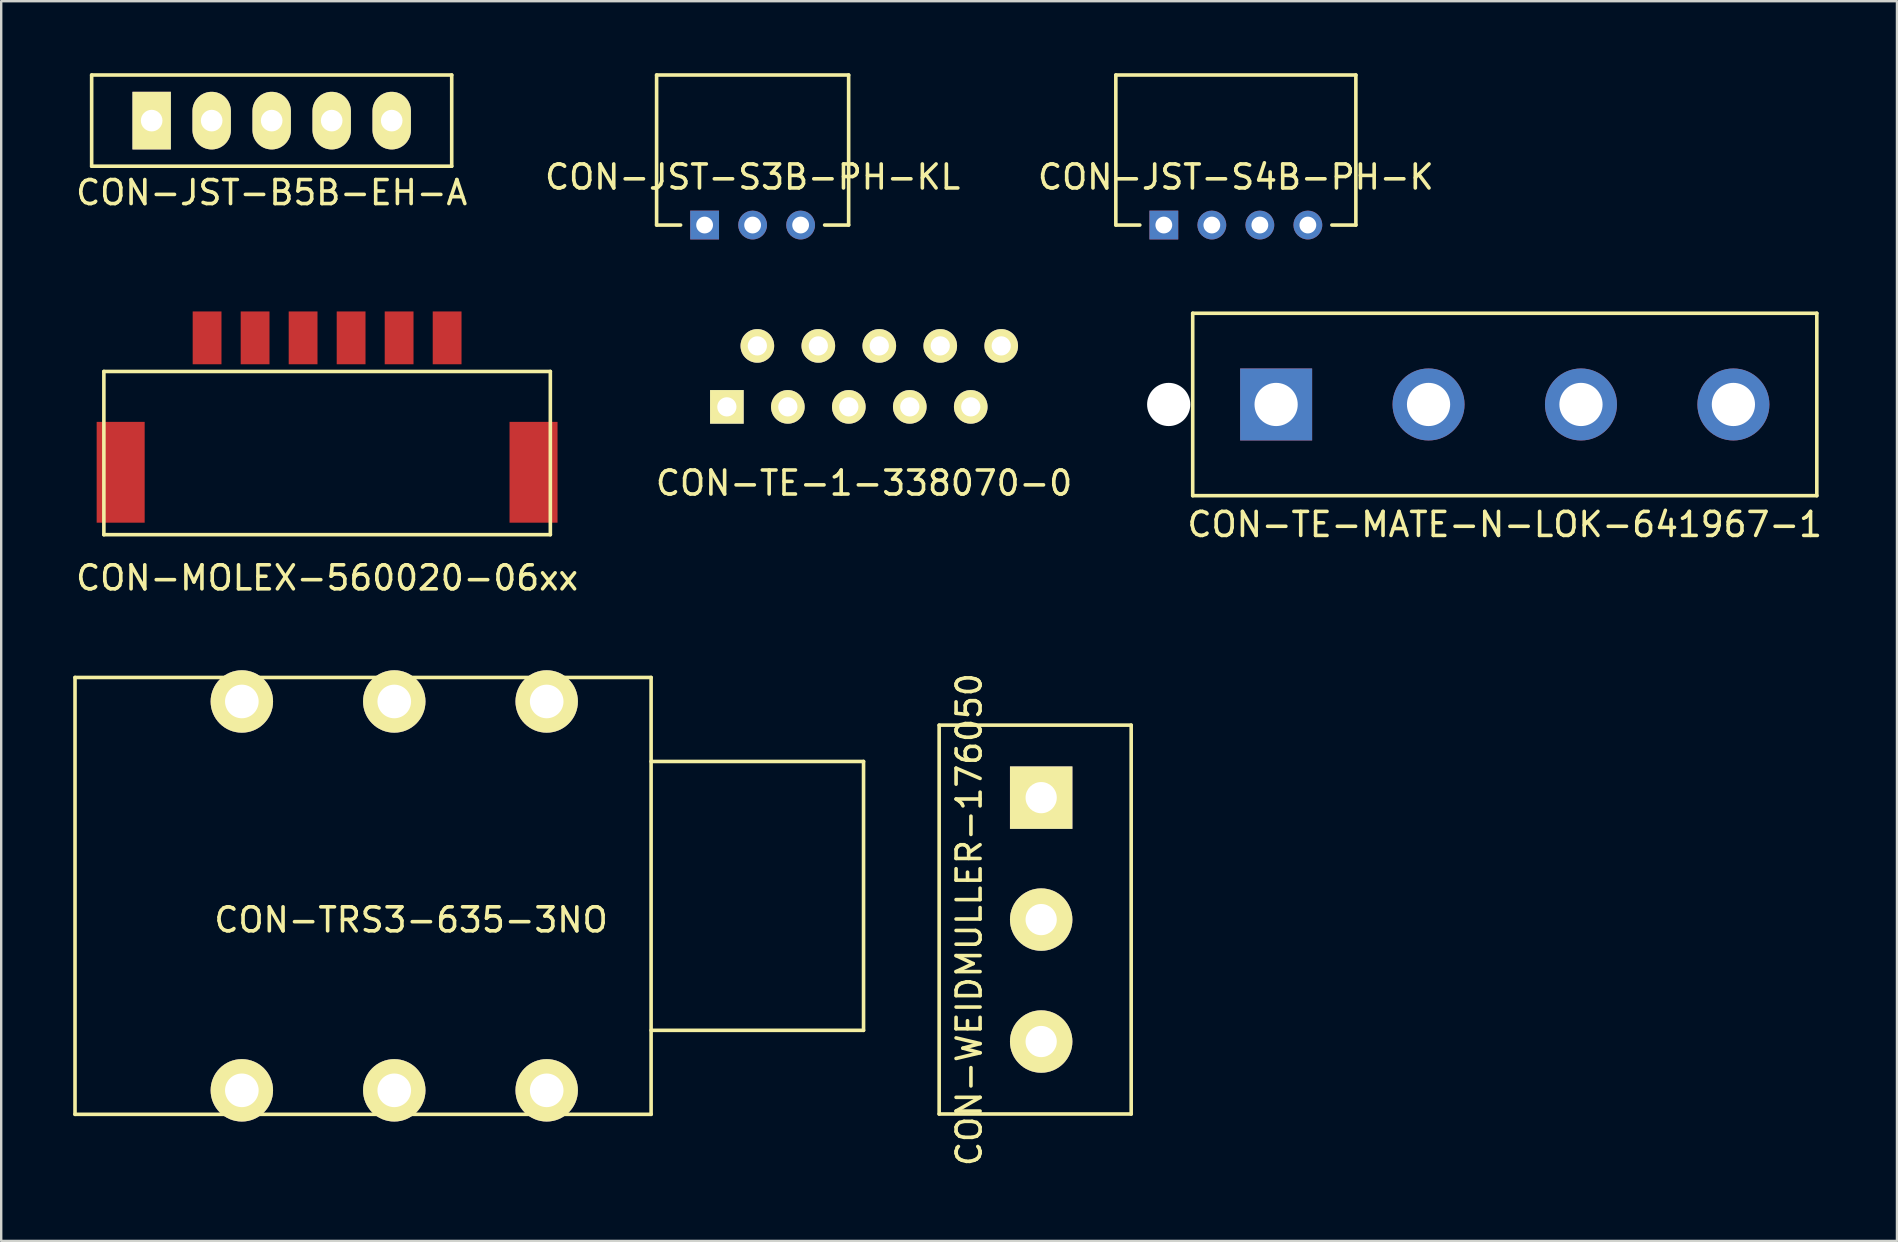
<source format=kicad_pcb>
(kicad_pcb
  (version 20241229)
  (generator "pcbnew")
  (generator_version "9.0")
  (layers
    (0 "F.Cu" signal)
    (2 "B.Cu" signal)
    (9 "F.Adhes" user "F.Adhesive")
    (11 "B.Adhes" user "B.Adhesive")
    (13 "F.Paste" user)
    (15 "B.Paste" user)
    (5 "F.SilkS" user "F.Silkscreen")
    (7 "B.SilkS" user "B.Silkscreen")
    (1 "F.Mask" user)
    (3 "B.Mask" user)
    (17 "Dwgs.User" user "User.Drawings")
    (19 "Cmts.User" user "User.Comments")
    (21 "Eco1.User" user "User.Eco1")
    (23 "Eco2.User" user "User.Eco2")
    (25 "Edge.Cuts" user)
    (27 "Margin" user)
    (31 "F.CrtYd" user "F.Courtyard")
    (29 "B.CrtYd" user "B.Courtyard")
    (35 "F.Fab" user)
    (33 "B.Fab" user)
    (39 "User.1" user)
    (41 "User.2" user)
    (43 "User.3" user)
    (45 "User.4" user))
  (footprint "CON-TE-MATE-N-LOK-641967-1"
    (layer "F.Cu")
    (at 59.638 13.8)
    (property "Reference" "CON-TE-MATE-N-LOK-641967-1" (at 0 5 0) (layer "F.SilkS") (effects (font (size 1 1) (thickness 0.15))))
    (attr through_hole)
    (fp_line (start -13 -3.8) (end 13 -3.8) (stroke (width 0.15) (type solid)) (layer "F.SilkS"))
    (fp_line (start -13 3.8) (end -13 -3.8) (stroke (width 0.15) (type solid)) (layer "F.SilkS"))
    (fp_line (start 13 -3.8) (end 13 3.8) (stroke (width 0.15) (type solid)) (layer "F.SilkS"))
    (fp_line (start 13 3.8) (end -13 3.8) (stroke (width 0.15) (type solid)) (layer "F.SilkS"))
    (pad "" np_thru_hole circle (at -14 0) (size 1.8 1.8) (drill 1.8) (layers "*.Cu" "*.Mask"))
    (pad "1" thru_hole rect (at -9.525 0) (size 3 3) (drill 1.8) (layers "*.Cu" "*.Mask"))
    (pad "2" thru_hole circle (at -3.175 0) (size 3 3) (drill 1.8) (layers "*.Cu" "*.Mask"))
    (pad "3" thru_hole circle (at 3.175 0) (size 3 3) (drill 1.8) (layers "*.Cu" "*.Mask"))
    (pad "4" thru_hole circle (at 9.525 0) (size 3 3) (drill 1.8) (layers "*.Cu" "*.Mask")))
  (footprint "CON-JST-S4B-PH-K"
    (layer "F.Cu")
    (at 48.435 6.325)
    (property "Reference" "CON-JST-S4B-PH-K" (at 0 -2 0) (layer "F.SilkS") (effects (font (size 1 1) (thickness 0.15))))
    (attr through_hole)
    (fp_line (start -5 -6.25) (end 5 -6.25) (stroke (width 0.15) (type solid)) (layer "F.SilkS"))
    (fp_line (start -5 0) (end -5 -6.25) (stroke (width 0.15) (type solid)) (layer "F.SilkS"))
    (fp_line (start -5 0) (end -4 0) (stroke (width 0.15) (type solid)) (layer "F.SilkS"))
    (fp_line (start 4 0) (end 5 0) (stroke (width 0.15) (type solid)) (layer "F.SilkS"))
    (fp_line (start 5 -6.25) (end 5 0) (stroke (width 0.15) (type solid)) (layer "F.SilkS"))
    (pad "1" thru_hole rect (at -3 0) (size 1.2 1.2) (drill 0.7) (layers "*.Cu" "*.Mask"))
    (pad "2" thru_hole circle (at -1 0) (size 1.2 1.2) (drill 0.7) (layers "*.Cu" "*.Mask"))
    (pad "3" thru_hole circle (at 1 0) (size 1.2 1.2) (drill 0.7) (layers "*.Cu" "*.Mask"))
    (pad "4" thru_hole circle (at 3 0) (size 1.2 1.2) (drill 0.7) (layers "*.Cu" "*.Mask")))
  (footprint "CON-JST-B5B-EH-A"
    (layer "F.Cu")
    (at 8.268 1.975)
    (property "Reference" "CON-JST-B5B-EH-A" (at 0 3 0) (layer "F.SilkS") (effects (font (size 1 1) (thickness 0.15))))
    (attr through_hole)
    (fp_line (start -7.5 -1.9) (end 7.5 -1.9) (stroke (width 0.15) (type solid)) (layer "F.SilkS"))
    (fp_line (start -7.5 1.9) (end -7.5 -1.9) (stroke (width 0.15) (type solid)) (layer "F.SilkS"))
    (fp_line (start 7.5 -1.9) (end 7.5 1.9) (stroke (width 0.15) (type solid)) (layer "F.SilkS"))
    (fp_line (start 7.5 1.9) (end -7.5 1.9) (stroke (width 0.15) (type solid)) (layer "F.SilkS"))
    (pad "1" thru_hole rect (at -5 0) (size 1.6 2.4) (drill 0.9) (layers "*.Cu" "*.Mask" "F.SilkS"))
    (pad "2" thru_hole oval (at -2.5 0) (size 1.6 2.4) (drill 0.9) (layers "*.Cu" "*.Mask" "F.SilkS"))
    (pad "3" thru_hole oval (at 0 0) (size 1.6 2.4) (drill 0.9) (layers "*.Cu" "*.Mask" "F.SilkS"))
    (pad "4" thru_hole oval (at 2.5 0) (size 1.6 2.4) (drill 0.9) (layers "*.Cu" "*.Mask" "F.SilkS"))
    (pad "5" thru_hole oval (at 5 0) (size 1.6 2.4) (drill 0.9) (layers "*.Cu" "*.Mask" "F.SilkS")))
  (footprint "CON-MOLEX-560020-06xx"
    (layer "F.Cu")
    (at 10.577 11.025)
    (property "Reference" "CON-MOLEX-560020-06xx" (at 0 10 0) (layer "F.SilkS") (effects (font (size 1 1) (thickness 0.15))))
    (attr through_hole)
    (fp_line (start -9.3 1.4) (end 9.3 1.4) (stroke (width 0.15) (type solid)) (layer "F.SilkS"))
    (fp_line (start -9.3 8.2) (end -9.3 1.4) (stroke (width 0.15) (type solid)) (layer "F.SilkS"))
    (fp_line (start 9.3 1.4) (end 9.3 8.2) (stroke (width 0.15) (type solid)) (layer "F.SilkS"))
    (fp_line (start 9.3 8.2) (end -9.3 8.2) (stroke (width 0.15) (type solid)) (layer "F.SilkS"))
    (pad "" smd rect (at -8.6 5.6) (size 2 4.2) (layers "F.Cu" "F.Mask" "F.Paste"))
    (pad "" smd rect (at 8.6 5.6) (size 2 4.2) (layers "F.Cu" "F.Mask" "F.Paste"))
    (pad "1" smd rect (at -5 0) (size 1.2 2.2) (layers "F.Cu" "F.Mask" "F.Paste"))
    (pad "2" smd rect (at -3 0) (size 1.2 2.2) (layers "F.Cu" "F.Mask" "F.Paste"))
    (pad "3" smd rect (at -1 0) (size 1.2 2.2) (layers "F.Cu" "F.Mask" "F.Paste"))
    (pad "4" smd rect (at 1 0) (size 1.2 2.2) (layers "F.Cu" "F.Mask" "F.Paste"))
    (pad "5" smd rect (at 3 0) (size 1.2 2.2) (layers "F.Cu" "F.Mask" "F.Paste"))
    (pad "6" smd rect (at 5 0) (size 1.2 2.2) (layers "F.Cu" "F.Mask" "F.Paste")))
  (footprint "CON-WEIDMULLER-176050"
    (layer "F.Cu")
    (at 40.325 35.26)
    (property "Reference" "CON-WEIDMULLER-176050" (at -3 0 90) (layer "F.SilkS") (effects (font (size 1 1) (thickness 0.15))))
    (attr through_hole)
    (fp_line (start -4.25 -8.1) (end -4.25 8.1) (stroke (width 0.15) (type solid)) (layer "F.SilkS"))
    (fp_line (start -4.25 8.1) (end 3.75 8.1) (stroke (width 0.15) (type solid)) (layer "F.SilkS"))
    (fp_line (start 3.75 -8.1) (end -4.25 -8.1) (stroke (width 0.15) (type solid)) (layer "F.SilkS"))
    (fp_line (start 3.75 -8.1) (end 3.75 8.1) (stroke (width 0.15) (type solid)) (layer "F.SilkS"))
    (pad "1" thru_hole rect (at 0 -5.08) (size 2.6 2.6) (drill 1.3) (layers "*.Cu" "*.Mask" "F.SilkS"))
    (pad "2" thru_hole circle (at 0 0) (size 2.6 2.6) (drill 1.3) (layers "*.Cu" "*.Mask" "F.SilkS"))
    (pad "3" thru_hole circle (at 0 5.08) (size 2.6 2.6) (drill 1.3) (layers "*.Cu" "*.Mask" "F.SilkS")))
  (footprint "CON-JST-S3B-PH-KL"
    (layer "F.Cu")
    (at 28.304 6.325)
    (property "Reference" "CON-JST-S3B-PH-KL" (at 0 -2 0) (layer "F.SilkS") (effects (font (size 1 1) (thickness 0.15))))
    (attr through_hole)
    (fp_line (start -4 -6.25) (end 4 -6.25) (stroke (width 0.15) (type solid)) (layer "F.SilkS"))
    (fp_line (start -4 0) (end -4 -6.25) (stroke (width 0.15) (type solid)) (layer "F.SilkS"))
    (fp_line (start -4 0) (end -3 0) (stroke (width 0.15) (type solid)) (layer "F.SilkS"))
    (fp_line (start 3 0) (end 4 0) (stroke (width 0.15) (type solid)) (layer "F.SilkS"))
    (fp_line (start 4 -6.25) (end 4 0) (stroke (width 0.15) (type solid)) (layer "F.SilkS"))
    (pad "1" thru_hole rect (at -2 0) (size 1.2 1.2) (drill 0.7) (layers "*.Cu" "*.Mask"))
    (pad "2" thru_hole circle (at 0 0) (size 1.2 1.2) (drill 0.7) (layers "*.Cu" "*.Mask"))
    (pad "3" thru_hole circle (at 2 0) (size 1.2 1.2) (drill 0.7) (layers "*.Cu" "*.Mask")))
  (footprint "CON-TE-1-338070-0"
    (layer "F.Cu")
    (at 32.946 13.9)
    (property "Reference" "CON-TE-1-338070-0" (at 0 3.175 0) (layer "F.SilkS") (effects (font (size 1 1) (thickness 0.15))))
    (attr through_hole)
    (fp_line (start -8.7 -3.9) (end 8.7 -3.9) (stroke (width 0.15) (type solid)) (layer "B.Paste"))
    (fp_line (start -8.7 1.5) (end -8.7 -3.9) (stroke (width 0.15) (type solid)) (layer "B.Paste"))
    (fp_line (start 8.7 -3.9) (end 8.7 1.5) (stroke (width 0.15) (type solid)) (layer "B.Paste"))
    (fp_line (start 8.7 1.5) (end -8.7 1.5) (stroke (width 0.15) (type solid)) (layer "B.Paste"))
    (pad "1" thru_hole rect (at -5.715 0) (size 1.4 1.4) (drill 0.8) (layers "*.Cu" "*.Mask" "F.SilkS"))
    (pad "2" thru_hole circle (at -4.445 -2.54) (size 1.4 1.4) (drill 0.8) (layers "*.Cu" "*.Mask" "F.SilkS"))
    (pad "3" thru_hole circle (at -3.175 0) (size 1.4 1.4) (drill 0.8) (layers "*.Cu" "*.Mask" "F.SilkS"))
    (pad "4" thru_hole circle (at -1.905 -2.54) (size 1.4 1.4) (drill 0.8) (layers "*.Cu" "*.Mask" "F.SilkS"))
    (pad "5" thru_hole circle (at -0.635 0) (size 1.4 1.4) (drill 0.8) (layers "*.Cu" "*.Mask" "F.SilkS"))
    (pad "6" thru_hole circle (at 0.635 -2.54) (size 1.4 1.4) (drill 0.8) (layers "*.Cu" "*.Mask" "F.SilkS"))
    (pad "7" thru_hole circle (at 1.905 0) (size 1.4 1.4) (drill 0.8) (layers "*.Cu" "*.Mask" "F.SilkS"))
    (pad "8" thru_hole circle (at 3.175 -2.54) (size 1.4 1.4) (drill 0.8) (layers "*.Cu" "*.Mask" "F.SilkS"))
    (pad "9" thru_hole circle (at 4.445 0) (size 1.4 1.4) (drill 0.8) (layers "*.Cu" "*.Mask" "F.SilkS"))
    (pad "10" thru_hole circle (at 5.715 -2.54) (size 1.4 1.4) (drill 0.8) (layers "*.Cu" "*.Mask" "F.SilkS")))
  (footprint "CON-TRS3-635-3NO"
    (layer "F.Cu")
    (at 24.075 34.273)
    (property "Reference" "CON-TRS3-635-3NO" (at -10 1 0) (layer "F.SilkS") (effects (font (size 1 1) (thickness 0.15))))
    (attr through_hole)
    (fp_line (start -24 -9.1) (end -24 9.1) (stroke (width 0.15) (type solid)) (layer "F.SilkS"))
    (fp_line (start -24 9.1) (end 0 9.1) (stroke (width 0.15) (type solid)) (layer "F.SilkS"))
    (fp_line (start 0 -9.1) (end -24 -9.1) (stroke (width 0.15) (type solid)) (layer "F.SilkS"))
    (fp_line (start 0 -9.1) (end 0 9.1) (stroke (width 0.15) (type solid)) (layer "F.SilkS"))
    (fp_line (start 0 -5.6) (end 8.85 -5.6) (stroke (width 0.15) (type solid)) (layer "F.SilkS"))
    (fp_line (start 8.85 -5.6) (end 8.85 5.6) (stroke (width 0.15) (type solid)) (layer "F.SilkS"))
    (fp_line (start 8.85 5.6) (end 0 5.6) (stroke (width 0.15) (type solid)) (layer "F.SilkS"))
    (pad "1" thru_hole circle (at -4.35 -8.1) (size 2.6 2.6) (drill 1.4) (layers "*.Cu" "*.Mask" "F.SilkS"))
    (pad "2" thru_hole circle (at -10.7 -8.1) (size 2.6 2.6) (drill 1.4) (layers "*.Cu" "*.Mask" "F.SilkS"))
    (pad "3" thru_hole circle (at -17.05 -8.1) (size 2.6 2.6) (drill 1.4) (layers "*.Cu" "*.Mask" "F.SilkS"))
    (pad "4" thru_hole circle (at -4.35 8.1) (size 2.6 2.6) (drill 1.4) (layers "*.Cu" "*.Mask" "F.SilkS"))
    (pad "5" thru_hole circle (at -10.7 8.1) (size 2.6 2.6) (drill 1.4) (layers "*.Cu" "*.Mask" "F.SilkS"))
    (pad "6" thru_hole circle (at -17.05 8.1) (size 2.6 2.6) (drill 1.4) (layers "*.Cu" "*.Mask" "F.SilkS")))
  (gr_rect
    (start -3 -3)
    (end 75.977 48.647)
    (stroke (width 0.1) (type default))
    (fill no)
    (layer "Edge.Cuts")))
</source>
